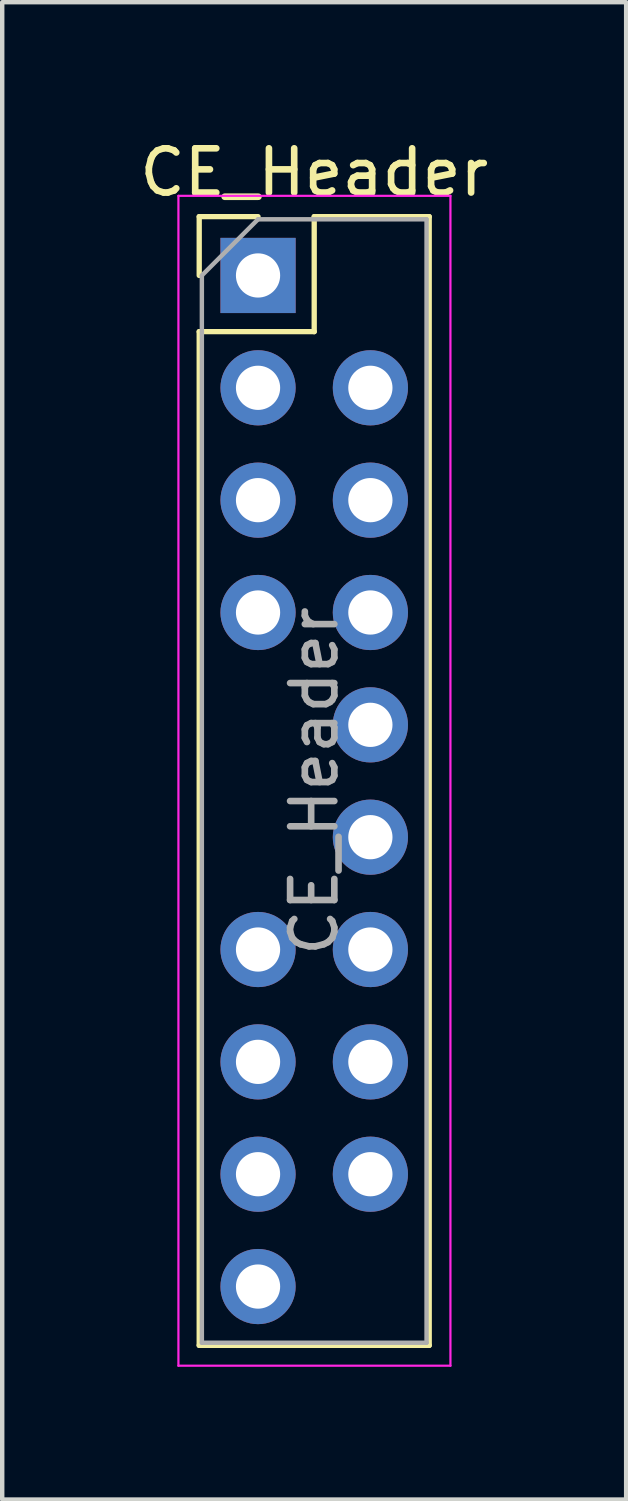
<source format=kicad_pcb>
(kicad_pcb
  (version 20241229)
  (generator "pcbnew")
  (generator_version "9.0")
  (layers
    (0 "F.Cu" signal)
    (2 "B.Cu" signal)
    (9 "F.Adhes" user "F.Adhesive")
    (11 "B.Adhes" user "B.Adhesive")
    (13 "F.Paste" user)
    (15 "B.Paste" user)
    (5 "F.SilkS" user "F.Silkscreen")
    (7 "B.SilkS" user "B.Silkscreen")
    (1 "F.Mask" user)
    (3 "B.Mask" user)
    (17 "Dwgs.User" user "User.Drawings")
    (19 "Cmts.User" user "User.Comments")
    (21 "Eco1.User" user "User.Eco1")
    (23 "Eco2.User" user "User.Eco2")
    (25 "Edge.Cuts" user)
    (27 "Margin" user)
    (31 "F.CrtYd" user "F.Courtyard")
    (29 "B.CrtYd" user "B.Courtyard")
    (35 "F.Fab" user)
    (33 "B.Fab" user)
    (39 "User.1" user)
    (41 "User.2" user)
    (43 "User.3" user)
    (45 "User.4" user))
  (footprint "CE_Header"
    (layer "F.Cu")
    (at 2.784 3.178)
    (property "Reference" "CE_Header" (at 1.27 -2.33 0) (layer "F.SilkS") (effects (font (size 1 1) (thickness 0.15))))
    (attr through_hole)
    (fp_line (start -1.33 -1.33) (end 0 -1.33) (stroke (width 0.12) (type solid)) (layer "F.SilkS"))
    (fp_line (start -1.33 0) (end -1.33 -1.33) (stroke (width 0.12) (type solid)) (layer "F.SilkS"))
    (fp_line (start -1.33 1.27) (end -1.33 24.19) (stroke (width 0.12) (type solid)) (layer "F.SilkS"))
    (fp_line (start -1.33 1.27) (end 1.27 1.27) (stroke (width 0.12) (type solid)) (layer "F.SilkS"))
    (fp_line (start -1.33 24.19) (end 3.87 24.19) (stroke (width 0.12) (type solid)) (layer "F.SilkS"))
    (fp_line (start 1.27 -1.33) (end 3.87 -1.33) (stroke (width 0.12) (type solid)) (layer "F.SilkS"))
    (fp_line (start 1.27 1.27) (end 1.27 -1.33) (stroke (width 0.12) (type solid)) (layer "F.SilkS"))
    (fp_line (start 3.87 -1.33) (end 3.87 24.19) (stroke (width 0.12) (type solid)) (layer "F.SilkS"))
    (fp_line (start -1.8 -1.8) (end -1.8 24.65) (stroke (width 0.05) (type solid)) (layer "F.CrtYd"))
    (fp_line (start -1.8 24.65) (end 4.35 24.65) (stroke (width 0.05) (type solid)) (layer "F.CrtYd"))
    (fp_line (start 4.35 -1.8) (end -1.8 -1.8) (stroke (width 0.05) (type solid)) (layer "F.CrtYd"))
    (fp_line (start 4.35 24.65) (end 4.35 -1.8) (stroke (width 0.05) (type solid)) (layer "F.CrtYd"))
    (fp_line (start -1.27 0) (end 0 -1.27) (stroke (width 0.1) (type solid)) (layer "F.Fab"))
    (fp_line (start -1.27 24.13) (end -1.27 0) (stroke (width 0.1) (type solid)) (layer "F.Fab"))
    (fp_line (start 0 -1.27) (end 3.81 -1.27) (stroke (width 0.1) (type solid)) (layer "F.Fab"))
    (fp_line (start 3.81 -1.27) (end 3.81 24.13) (stroke (width 0.1) (type solid)) (layer "F.Fab"))
    (fp_line (start 3.81 24.13) (end -1.27 24.13) (stroke (width 0.1) (type solid)) (layer "F.Fab"))
    (fp_text user "${REFERENCE}" (at 1.27 11.43 90) (layer "F.Fab") (effects (font (size 1 1) (thickness 0.15))))
    (pad "1" thru_hole rect (at 0 0) (size 1.7 1.7) (drill 1) (layers "*.Cu" "*.Mask"))
    (pad "3" thru_hole oval (at 0 2.54) (size 1.7 1.7) (drill 1) (layers "*.Cu" "*.Mask"))
    (pad "4" thru_hole oval (at 2.54 2.54) (size 1.7 1.7) (drill 1) (layers "*.Cu" "*.Mask"))
    (pad "5" thru_hole oval (at 0 5.08) (size 1.7 1.7) (drill 1) (layers "*.Cu" "*.Mask"))
    (pad "6" thru_hole oval (at 2.54 5.08) (size 1.7 1.7) (drill 1) (layers "*.Cu" "*.Mask"))
    (pad "7" thru_hole oval (at 0 7.62) (size 1.7 1.7) (drill 1) (layers "*.Cu" "*.Mask"))
    (pad "8" thru_hole oval (at 2.54 7.62) (size 1.7 1.7) (drill 1) (layers "*.Cu" "*.Mask"))
    (pad "10" thru_hole oval (at 2.54 10.16) (size 1.7 1.7) (drill 1) (layers "*.Cu" "*.Mask"))
    (pad "12" thru_hole oval (at 2.54 12.7) (size 1.7 1.7) (drill 1) (layers "*.Cu" "*.Mask"))
    (pad "13" thru_hole oval (at 0 15.24) (size 1.7 1.7) (drill 1) (layers "*.Cu" "*.Mask"))
    (pad "14" thru_hole oval (at 2.54 15.24) (size 1.7 1.7) (drill 1) (layers "*.Cu" "*.Mask"))
    (pad "15" thru_hole oval (at 0 17.78) (size 1.7 1.7) (drill 1) (layers "*.Cu" "*.Mask"))
    (pad "16" thru_hole oval (at 2.54 17.78) (size 1.7 1.7) (drill 1) (layers "*.Cu" "*.Mask"))
    (pad "17" thru_hole oval (at 0 20.32) (size 1.7 1.7) (drill 1) (layers "*.Cu" "*.Mask"))
    (pad "18" thru_hole oval (at 2.54 20.32) (size 1.7 1.7) (drill 1) (layers "*.Cu" "*.Mask"))
    (pad "19" thru_hole oval (at 0 22.86) (size 1.7 1.7) (drill 1) (layers "*.Cu" "*.Mask")))
  (gr_rect
    (start -3 -3)
    (end 11.107 30.853)
    (stroke (width 0.1) (type default))
    (fill no)
    (layer "Edge.Cuts")))
</source>
